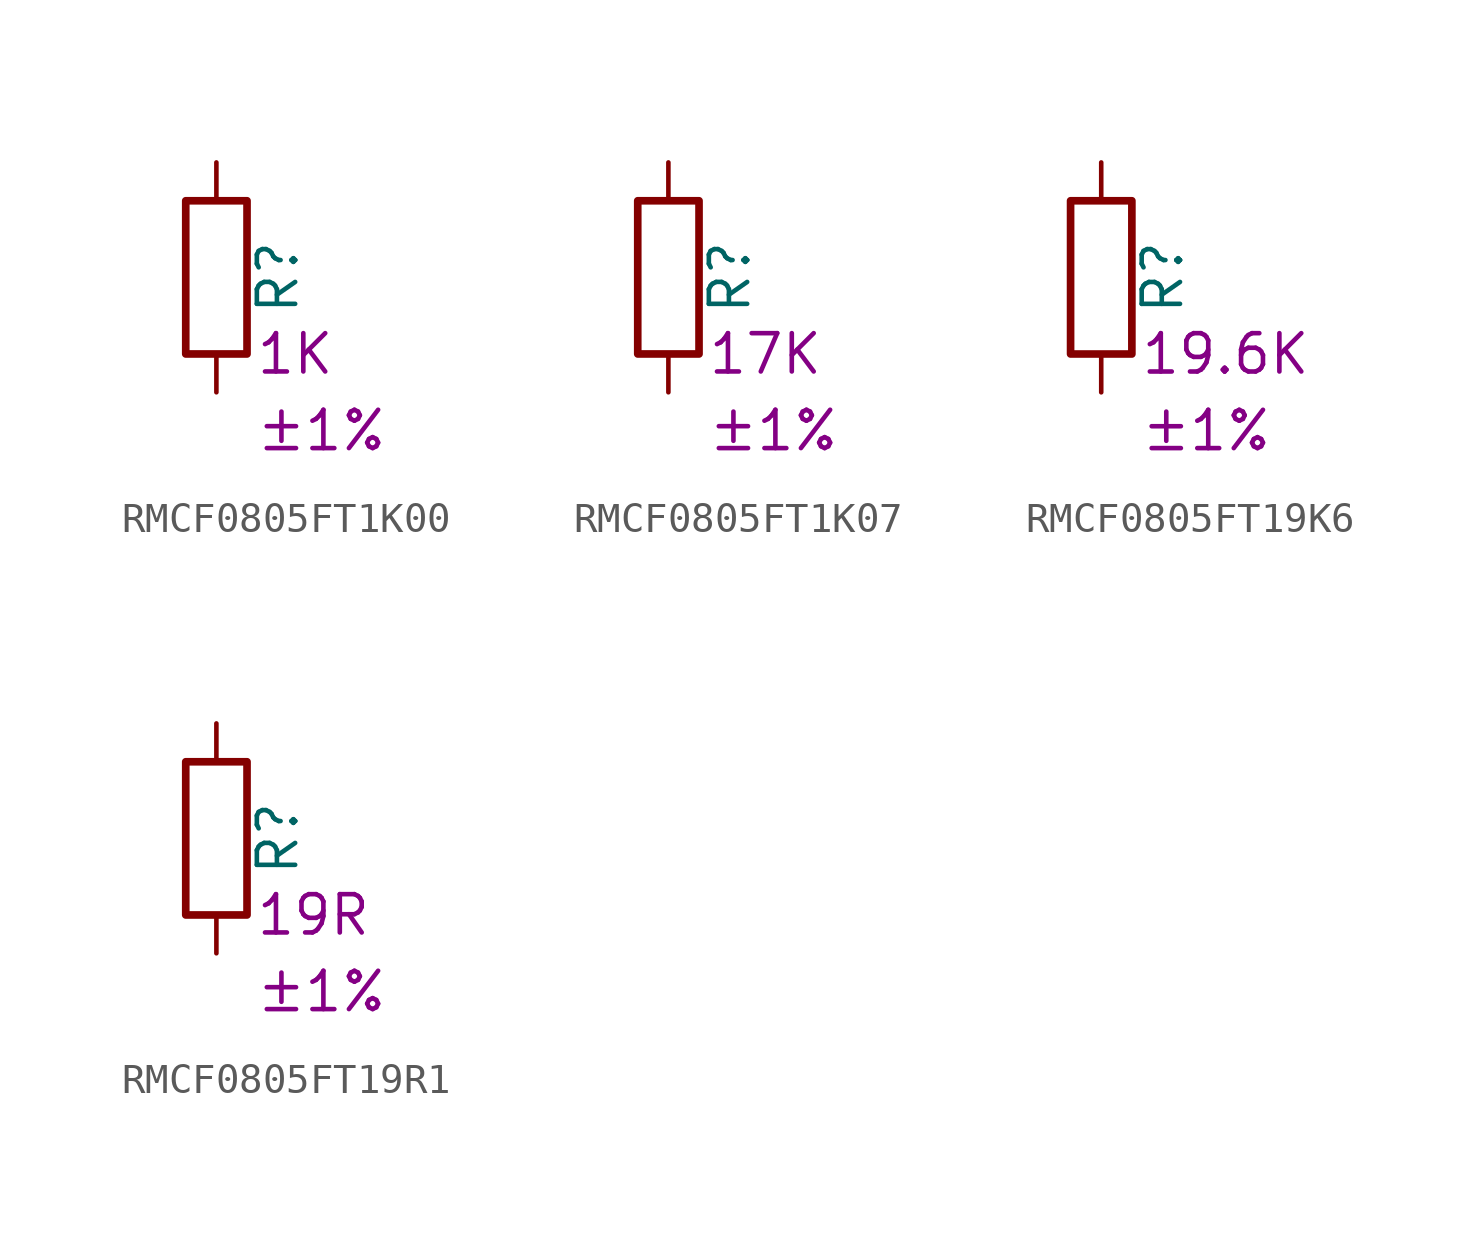
<source format=kicad_sym>
(kicad_symbol_lib
  (version 20220914)
  (generator kicad_symbol_editor)
  (symbol "RMCF0805FT1K00"
    (pin_numbers hide)
    (pin_names
      (offset 0))
    (property "Reference" "R"
      (at 2.032 0 90)
      (effects (font (size 1.27 1.27))))
    (property "Resistance" "1K"
      (at 1.27 -2.54 0)
      (effects (font (size 1.27 1.27)) (justify left)))
    (property "Tolerance" "±1%"
      (at 1.27 -5.08 0)
      (effects (font (size 1.27 1.27)) (justify left)))
    (symbol "RMCF0805FT1K00_0_1"
      (rectangle (start -1.016 -2.54) (end 1.016 2.54) (stroke (width 0.254) (type default)) (fill (type none))))
    (symbol "RMCF0805FT1K00_1_1"
      (pin passive line (at 0 3.81 270) (length 1.27) (name "~" (effects (font (size 1.27 1.27)))) (number "1" (effects (font (size 1.27 1.27)))))
      (pin passive line (at 0 -3.81 90) (length 1.27) (name "~" (effects (font (size 1.27 1.27)))) (number "2" (effects (font (size 1.27 1.27)))))))
  (symbol "RMCF0805FT1K07"
    (pin_numbers hide)
    (pin_names
      (offset 0))
    (property "Reference" "R"
      (at 2.032 0 90)
      (effects (font (size 1.27 1.27))))
    (property "Resistance" "17K"
      (at 1.27 -2.54 0)
      (effects (font (size 1.27 1.27)) (justify left)))
    (property "Tolerance" "±1%"
      (at 1.27 -5.08 0)
      (effects (font (size 1.27 1.27)) (justify left)))
    (symbol "RMCF0805FT1K07_0_1"
      (rectangle (start -1.016 -2.54) (end 1.016 2.54) (stroke (width 0.254) (type default)) (fill (type none))))
    (symbol "RMCF0805FT1K07_1_1"
      (pin passive line (at 0 3.81 270) (length 1.27) (name "~" (effects (font (size 1.27 1.27)))) (number "1" (effects (font (size 1.27 1.27)))))
      (pin passive line (at 0 -3.81 90) (length 1.27) (name "~" (effects (font (size 1.27 1.27)))) (number "2" (effects (font (size 1.27 1.27)))))))
  (symbol "RMCF0805FT19K6"
    (pin_numbers hide)
    (pin_names
      (offset 0))
    (property "Reference" "R"
      (at 2.032 0 90)
      (effects (font (size 1.27 1.27))))
    (property "Resistance" "19.6K"
      (at 1.27 -2.54 0)
      (effects (font (size 1.27 1.27)) (justify left)))
    (property "Tolerance" "±1%"
      (at 1.27 -5.08 0)
      (effects (font (size 1.27 1.27)) (justify left)))
    (symbol "RMCF0805FT19K6_0_1"
      (rectangle (start -1.016 -2.54) (end 1.016 2.54) (stroke (width 0.254) (type default)) (fill (type none))))
    (symbol "RMCF0805FT19K6_1_1"
      (pin passive line (at 0 3.81 270) (length 1.27) (name "~" (effects (font (size 1.27 1.27)))) (number "1" (effects (font (size 1.27 1.27)))))
      (pin passive line (at 0 -3.81 90) (length 1.27) (name "~" (effects (font (size 1.27 1.27)))) (number "2" (effects (font (size 1.27 1.27)))))))
  (symbol "RMCF0805FT19R1"
    (pin_numbers hide)
    (pin_names
      (offset 0))
    (property "Reference" "R"
      (at 2.032 0 90)
      (effects (font (size 1.27 1.27))))
    (property "Resistance" "19R"
      (at 1.27 -2.54 0)
      (effects (font (size 1.27 1.27)) (justify left)))
    (property "Tolerance" "±1%"
      (at 1.27 -5.08 0)
      (effects (font (size 1.27 1.27)) (justify left)))
    (symbol "RMCF0805FT19R1_0_1"
      (rectangle (start -1.016 -2.54) (end 1.016 2.54) (stroke (width 0.254) (type default)) (fill (type none))))
    (symbol "RMCF0805FT19R1_1_1"
      (pin passive line (at 0 3.81 270) (length 1.27) (name "~" (effects (font (size 1.27 1.27)))) (number "1" (effects (font (size 1.27 1.27)))))
      (pin passive line (at 0 -3.81 90) (length 1.27) (name "~" (effects (font (size 1.27 1.27)))) (number "2" (effects (font (size 1.27 1.27))))))))
</source>
